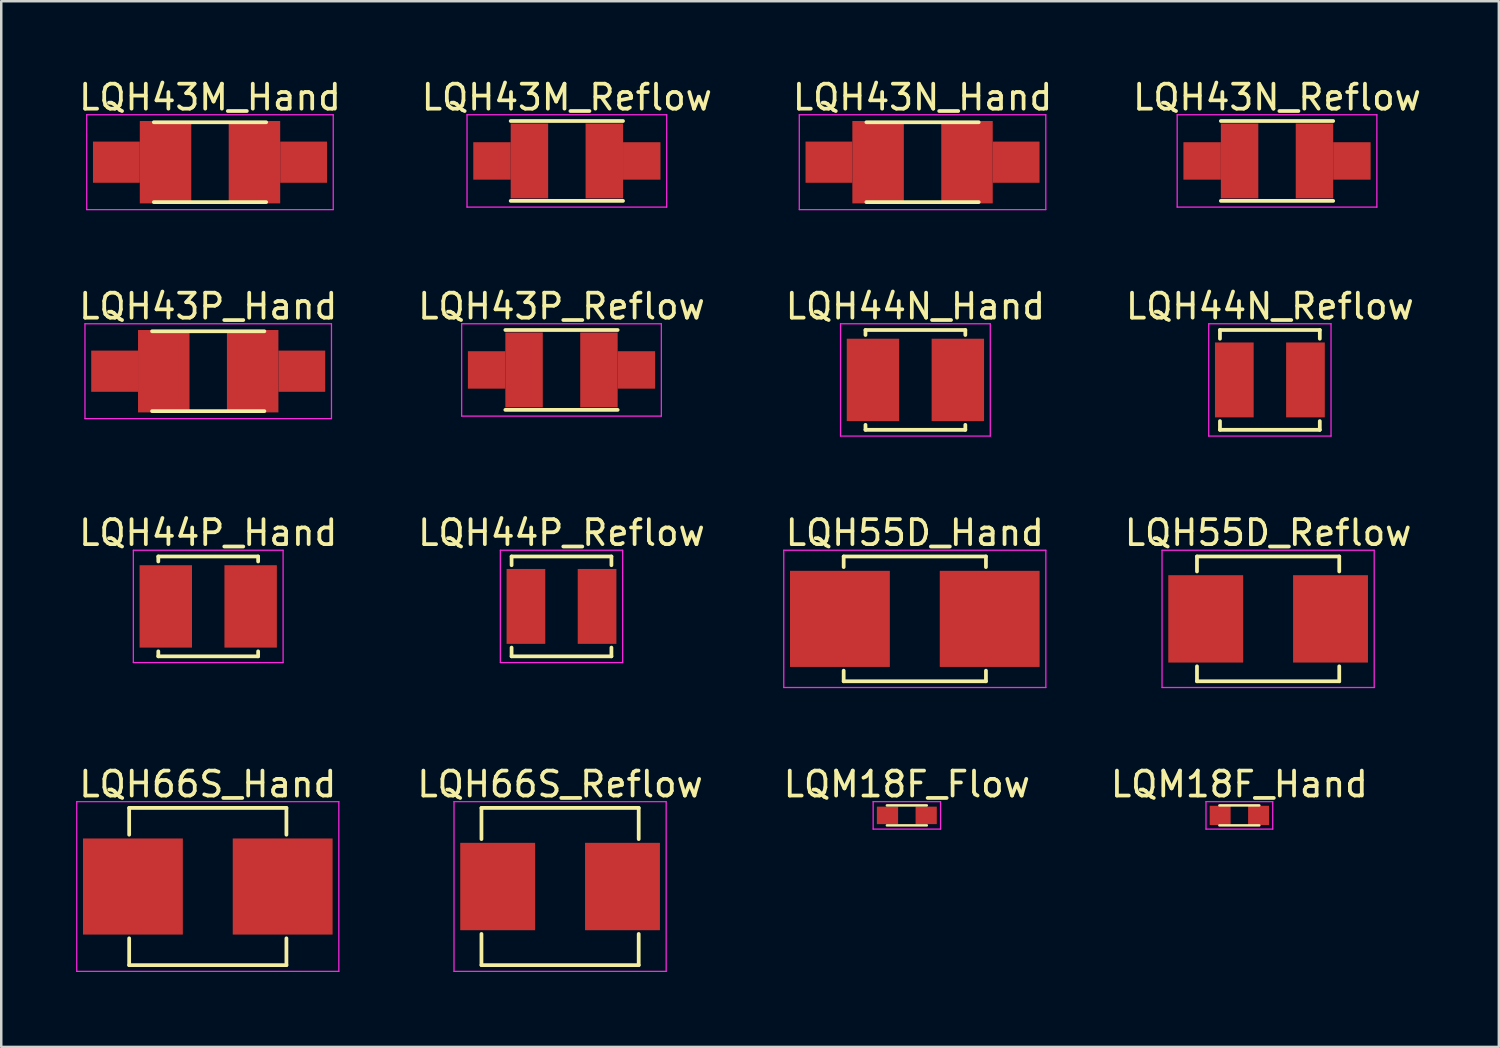
<source format=kicad_pcb>
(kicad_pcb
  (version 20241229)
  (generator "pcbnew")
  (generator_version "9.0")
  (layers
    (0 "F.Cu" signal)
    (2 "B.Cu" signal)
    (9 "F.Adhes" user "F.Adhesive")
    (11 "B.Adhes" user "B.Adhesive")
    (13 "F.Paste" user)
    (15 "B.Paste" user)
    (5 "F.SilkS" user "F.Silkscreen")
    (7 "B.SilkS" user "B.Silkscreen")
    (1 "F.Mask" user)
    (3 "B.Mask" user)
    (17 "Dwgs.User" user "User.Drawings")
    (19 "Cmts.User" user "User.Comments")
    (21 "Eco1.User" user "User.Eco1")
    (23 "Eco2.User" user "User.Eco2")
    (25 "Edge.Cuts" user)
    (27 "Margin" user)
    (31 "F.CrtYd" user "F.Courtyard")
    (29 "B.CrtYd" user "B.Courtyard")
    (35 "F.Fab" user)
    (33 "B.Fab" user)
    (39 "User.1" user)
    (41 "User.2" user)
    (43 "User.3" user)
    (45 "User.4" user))
  (footprint "LQH43N_Reflow"
    (layer "F.Cu")
    (at 48.113 3.398)
    (property "Reference" "LQH43N_Reflow" (at 0 -2.55 0) (layer "F.SilkS") (effects (font (size 1 1) (thickness 0.15))))
    (attr smd)
    (fp_line (start -2.25 -1.6) (end 2.25 -1.6) (stroke (width 0.15) (type solid)) (layer "F.SilkS"))
    (fp_line (start -2.25 1.6) (end 2.25 1.6) (stroke (width 0.15) (type solid)) (layer "F.SilkS"))
    (fp_line (start -4 -1.85) (end -4 1.85) (stroke (width 0.05) (type solid)) (layer "F.CrtYd"))
    (fp_line (start -4 -1.85) (end 4 -1.85) (stroke (width 0.05) (type solid)) (layer "F.CrtYd"))
    (fp_line (start -4 1.85) (end 4 1.85) (stroke (width 0.05) (type solid)) (layer "F.CrtYd"))
    (fp_line (start 4 -1.85) (end 4 1.85) (stroke (width 0.05) (type solid)) (layer "F.CrtYd"))
    (pad "1" smd rect (at -3 0) (size 1.5 1.5) (layers "F.Cu" "F.Mask" "F.Paste"))
    (pad "1" smd rect (at -1.5 0) (size 1.5 3) (layers "F.Cu" "F.Mask" "F.Paste"))
    (pad "2" smd rect (at 1.5 0) (size 1.5 3) (layers "F.Cu" "F.Mask" "F.Paste"))
    (pad "2" smd rect (at 3 0) (size 1.5 1.5) (layers "F.Cu" "F.Mask" "F.Paste")))
  (footprint "LQH44N_Reflow"
    (layer "F.Cu")
    (at 47.827 12.171)
    (property "Reference" "LQH44N_Reflow" (at 0 -2.95 0) (layer "F.SilkS") (effects (font (size 1 1) (thickness 0.15))))
    (attr smd)
    (fp_line (start -2 -2) (end -2 -1.65) (stroke (width 0.15) (type solid)) (layer "F.SilkS"))
    (fp_line (start -2 -2) (end 2 -2) (stroke (width 0.15) (type solid)) (layer "F.SilkS"))
    (fp_line (start -2 1.65) (end -2 2) (stroke (width 0.15) (type solid)) (layer "F.SilkS"))
    (fp_line (start -2 2) (end 2 2) (stroke (width 0.15) (type solid)) (layer "F.SilkS"))
    (fp_line (start 2 -2) (end 2 -1.65) (stroke (width 0.15) (type solid)) (layer "F.SilkS"))
    (fp_line (start 2 1.65) (end 2 2) (stroke (width 0.15) (type solid)) (layer "F.SilkS"))
    (fp_line (start -2.45 -2.25) (end -2.45 2.25) (stroke (width 0.05) (type solid)) (layer "F.CrtYd"))
    (fp_line (start -2.45 -2.25) (end 2.45 -2.25) (stroke (width 0.05) (type solid)) (layer "F.CrtYd"))
    (fp_line (start -2.45 2.25) (end 2.45 2.25) (stroke (width 0.05) (type solid)) (layer "F.CrtYd"))
    (fp_line (start 2.45 -2.25) (end 2.45 2.25) (stroke (width 0.05) (type solid)) (layer "F.CrtYd"))
    (pad "1" smd rect (at -1.425 0) (size 1.55 3) (layers "F.Cu" "F.Mask" "F.Paste"))
    (pad "2" smd rect (at 1.425 0) (size 1.55 3) (layers "F.Cu" "F.Mask" "F.Paste")))
  (footprint "LQH43N_Hand"
    (layer "F.Cu")
    (at 33.911 3.448)
    (property "Reference" "LQH43N_Hand" (at 0 -2.6 0) (layer "F.SilkS") (effects (font (size 1 1) (thickness 0.15))))
    (attr smd)
    (fp_line (start -2.25 -1.6) (end 2.25 -1.6) (stroke (width 0.15) (type solid)) (layer "F.SilkS"))
    (fp_line (start -2.25 1.6) (end 2.25 1.6) (stroke (width 0.15) (type solid)) (layer "F.SilkS"))
    (fp_line (start -4.938 -1.9) (end -4.938 1.9) (stroke (width 0.05) (type solid)) (layer "F.CrtYd"))
    (fp_line (start -4.938 -1.9) (end 4.938 -1.9) (stroke (width 0.05) (type solid)) (layer "F.CrtYd"))
    (fp_line (start -4.938 1.9) (end 4.938 1.9) (stroke (width 0.05) (type solid)) (layer "F.CrtYd"))
    (fp_line (start 4.938 -1.9) (end 4.938 1.9) (stroke (width 0.05) (type solid)) (layer "F.CrtYd"))
    (pad "1" smd rect (at -3.75 0) (size 1.875 1.65) (layers "F.Cu" "F.Mask" "F.Paste"))
    (pad "1" smd rect (at -1.781 0) (size 2.062 3.3) (layers "F.Cu" "F.Mask" "F.Paste"))
    (pad "2" smd rect (at 1.781 0) (size 2.062 3.3) (layers "F.Cu" "F.Mask" "F.Paste"))
    (pad "2" smd rect (at 3.75 0) (size 1.875 1.65) (layers "F.Cu" "F.Mask" "F.Paste")))
  (footprint "LQM18F_Hand"
    (layer "F.Cu")
    (at 46.604 29.618)
    (property "Reference" "LQM18F_Hand" (at 0 -1.25 0) (layer "F.SilkS") (effects (font (size 1 1) (thickness 0.15))))
    (attr smd)
    (fp_line (start -0.8 -0.4) (end 0.8 -0.4) (stroke (width 0.1) (type solid)) (layer "F.SilkS"))
    (fp_line (start -0.8 0.4) (end 0.8 0.4) (stroke (width 0.1) (type solid)) (layer "F.SilkS"))
    (fp_line (start -1.337 -0.55) (end -1.337 0.55) (stroke (width 0.05) (type solid)) (layer "F.CrtYd"))
    (fp_line (start -1.337 -0.55) (end 1.337 -0.55) (stroke (width 0.05) (type solid)) (layer "F.CrtYd"))
    (fp_line (start -1.337 0.55) (end 1.337 0.55) (stroke (width 0.05) (type solid)) (layer "F.CrtYd"))
    (fp_line (start 1.337 -0.55) (end 1.337 0.55) (stroke (width 0.05) (type solid)) (layer "F.CrtYd"))
    (pad "1" smd rect (at -0.769 0) (size 0.838 0.77) (layers "F.Cu" "F.Mask" "F.Paste"))
    (pad "2" smd rect (at 0.769 0) (size 0.838 0.77) (layers "F.Cu" "F.Mask" "F.Paste")))
  (footprint "LQH66S_Reflow"
    (layer "F.Cu")
    (at 19.389 32.468)
    (property "Reference" "LQH66S_Reflow" (at 0 -4.1 0) (layer "F.SilkS") (effects (font (size 1 1) (thickness 0.15))))
    (attr smd)
    (fp_line (start -3.15 -3.15) (end -3.15 -1.9) (stroke (width 0.15) (type solid)) (layer "F.SilkS"))
    (fp_line (start -3.15 -3.15) (end 3.15 -3.15) (stroke (width 0.15) (type solid)) (layer "F.SilkS"))
    (fp_line (start -3.15 1.9) (end -3.15 3.15) (stroke (width 0.15) (type solid)) (layer "F.SilkS"))
    (fp_line (start -3.15 3.15) (end 3.15 3.15) (stroke (width 0.15) (type solid)) (layer "F.SilkS"))
    (fp_line (start 3.15 -3.15) (end 3.15 -1.9) (stroke (width 0.15) (type solid)) (layer "F.SilkS"))
    (fp_line (start 3.15 1.9) (end 3.15 3.15) (stroke (width 0.15) (type solid)) (layer "F.SilkS"))
    (fp_line (start -4.25 -3.4) (end -4.25 3.4) (stroke (width 0.05) (type solid)) (layer "F.CrtYd"))
    (fp_line (start -4.25 -3.4) (end 4.25 -3.4) (stroke (width 0.05) (type solid)) (layer "F.CrtYd"))
    (fp_line (start -4.25 3.4) (end 4.25 3.4) (stroke (width 0.05) (type solid)) (layer "F.CrtYd"))
    (fp_line (start 4.25 -3.4) (end 4.25 3.4) (stroke (width 0.05) (type solid)) (layer "F.CrtYd"))
    (pad "1" smd rect (at -2.5 0) (size 3 3.5) (layers "F.Cu" "F.Mask" "F.Paste"))
    (pad "2" smd rect (at 2.5 0) (size 3 3.5) (layers "F.Cu" "F.Mask" "F.Paste")))
  (footprint "LQH44P_Reflow"
    (layer "F.Cu")
    (at 19.446 21.245)
    (property "Reference" "LQH44P_Reflow" (at 0 -2.95 0) (layer "F.SilkS") (effects (font (size 1 1) (thickness 0.15))))
    (attr smd)
    (fp_line (start -2 -2) (end -2 -1.65) (stroke (width 0.15) (type solid)) (layer "F.SilkS"))
    (fp_line (start -2 -2) (end 2 -2) (stroke (width 0.15) (type solid)) (layer "F.SilkS"))
    (fp_line (start -2 1.65) (end -2 2) (stroke (width 0.15) (type solid)) (layer "F.SilkS"))
    (fp_line (start -2 2) (end 2 2) (stroke (width 0.15) (type solid)) (layer "F.SilkS"))
    (fp_line (start 2 -2) (end 2 -1.65) (stroke (width 0.15) (type solid)) (layer "F.SilkS"))
    (fp_line (start 2 1.65) (end 2 2) (stroke (width 0.15) (type solid)) (layer "F.SilkS"))
    (fp_line (start -2.45 -2.25) (end -2.45 2.25) (stroke (width 0.05) (type solid)) (layer "F.CrtYd"))
    (fp_line (start -2.45 -2.25) (end 2.45 -2.25) (stroke (width 0.05) (type solid)) (layer "F.CrtYd"))
    (fp_line (start -2.45 2.25) (end 2.45 2.25) (stroke (width 0.05) (type solid)) (layer "F.CrtYd"))
    (fp_line (start 2.45 -2.25) (end 2.45 2.25) (stroke (width 0.05) (type solid)) (layer "F.CrtYd"))
    (pad "1" smd rect (at -1.425 0) (size 1.55 3) (layers "F.Cu" "F.Mask" "F.Paste"))
    (pad "2" smd rect (at 1.425 0) (size 1.55 3) (layers "F.Cu" "F.Mask" "F.Paste")))
  (footprint "LQH43P_Reflow"
    (layer "F.Cu")
    (at 19.446 11.771)
    (property "Reference" "LQH43P_Reflow" (at 0 -2.55 0) (layer "F.SilkS") (effects (font (size 1 1) (thickness 0.15))))
    (attr smd)
    (fp_line (start -2.25 -1.6) (end 2.25 -1.6) (stroke (width 0.15) (type solid)) (layer "F.SilkS"))
    (fp_line (start -2.25 1.6) (end 2.25 1.6) (stroke (width 0.15) (type solid)) (layer "F.SilkS"))
    (fp_line (start -4 -1.85) (end -4 1.85) (stroke (width 0.05) (type solid)) (layer "F.CrtYd"))
    (fp_line (start -4 -1.85) (end 4 -1.85) (stroke (width 0.05) (type solid)) (layer "F.CrtYd"))
    (fp_line (start -4 1.85) (end 4 1.85) (stroke (width 0.05) (type solid)) (layer "F.CrtYd"))
    (fp_line (start 4 -1.85) (end 4 1.85) (stroke (width 0.05) (type solid)) (layer "F.CrtYd"))
    (pad "1" smd rect (at -3 0) (size 1.5 1.5) (layers "F.Cu" "F.Mask" "F.Paste"))
    (pad "1" smd rect (at -1.5 0) (size 1.5 3) (layers "F.Cu" "F.Mask" "F.Paste"))
    (pad "2" smd rect (at 1.5 0) (size 1.5 3) (layers "F.Cu" "F.Mask" "F.Paste"))
    (pad "2" smd rect (at 3 0) (size 1.5 1.5) (layers "F.Cu" "F.Mask" "F.Paste")))
  (footprint "LQH43M_Reflow"
    (layer "F.Cu")
    (at 19.661 3.398)
    (property "Reference" "LQH43M_Reflow" (at 0 -2.55 0) (layer "F.SilkS") (effects (font (size 1 1) (thickness 0.15))))
    (attr smd)
    (fp_line (start -2.25 -1.6) (end 2.25 -1.6) (stroke (width 0.15) (type solid)) (layer "F.SilkS"))
    (fp_line (start -2.25 1.6) (end 2.25 1.6) (stroke (width 0.15) (type solid)) (layer "F.SilkS"))
    (fp_line (start -4 -1.85) (end -4 1.85) (stroke (width 0.05) (type solid)) (layer "F.CrtYd"))
    (fp_line (start -4 -1.85) (end 4 -1.85) (stroke (width 0.05) (type solid)) (layer "F.CrtYd"))
    (fp_line (start -4 1.85) (end 4 1.85) (stroke (width 0.05) (type solid)) (layer "F.CrtYd"))
    (fp_line (start 4 -1.85) (end 4 1.85) (stroke (width 0.05) (type solid)) (layer "F.CrtYd"))
    (pad "1" smd rect (at -3 0) (size 1.5 1.5) (layers "F.Cu" "F.Mask" "F.Paste"))
    (pad "1" smd rect (at -1.5 0) (size 1.5 3) (layers "F.Cu" "F.Mask" "F.Paste"))
    (pad "2" smd rect (at 1.5 0) (size 1.5 3) (layers "F.Cu" "F.Mask" "F.Paste"))
    (pad "2" smd rect (at 3 0) (size 1.5 1.5) (layers "F.Cu" "F.Mask" "F.Paste")))
  (footprint "LQH44N_Hand"
    (layer "F.Cu")
    (at 33.625 12.171)
    (property "Reference" "LQH44N_Hand" (at 0 -2.95 0) (layer "F.SilkS") (effects (font (size 1 1) (thickness 0.15))))
    (attr smd)
    (fp_line (start -2 -2) (end -2 -1.8) (stroke (width 0.15) (type solid)) (layer "F.SilkS"))
    (fp_line (start -2 -2) (end 2 -2) (stroke (width 0.15) (type solid)) (layer "F.SilkS"))
    (fp_line (start -2 1.8) (end -2 2) (stroke (width 0.15) (type solid)) (layer "F.SilkS"))
    (fp_line (start -2 2) (end 2 2) (stroke (width 0.15) (type solid)) (layer "F.SilkS"))
    (fp_line (start 2 -2) (end 2 -1.8) (stroke (width 0.15) (type solid)) (layer "F.SilkS"))
    (fp_line (start 2 1.8) (end 2 2) (stroke (width 0.15) (type solid)) (layer "F.SilkS"))
    (fp_line (start -3 -2.25) (end -3 2.25) (stroke (width 0.05) (type solid)) (layer "F.CrtYd"))
    (fp_line (start -3 -2.25) (end 3 -2.25) (stroke (width 0.05) (type solid)) (layer "F.CrtYd"))
    (fp_line (start -3 2.25) (end 3 2.25) (stroke (width 0.05) (type solid)) (layer "F.CrtYd"))
    (fp_line (start 3 -2.25) (end 3 2.25) (stroke (width 0.05) (type solid)) (layer "F.CrtYd"))
    (pad "1" smd rect (at -1.7 0) (size 2.1 3.3) (layers "F.Cu" "F.Mask" "F.Paste"))
    (pad "2" smd rect (at 1.7 0) (size 2.1 3.3) (layers "F.Cu" "F.Mask" "F.Paste")))
  (footprint "LQH66S_Hand"
    (layer "F.Cu")
    (at 5.275 32.468)
    (property "Reference" "LQH66S_Hand" (at 0 -4.1 0) (layer "F.SilkS") (effects (font (size 1 1) (thickness 0.15))))
    (attr smd)
    (fp_line (start -3.15 -3.15) (end -3.15 -2.075) (stroke (width 0.15) (type solid)) (layer "F.SilkS"))
    (fp_line (start -3.15 -3.15) (end 3.15 -3.15) (stroke (width 0.15) (type solid)) (layer "F.SilkS"))
    (fp_line (start -3.15 2.075) (end -3.15 3.15) (stroke (width 0.15) (type solid)) (layer "F.SilkS"))
    (fp_line (start -3.15 3.15) (end 3.15 3.15) (stroke (width 0.15) (type solid)) (layer "F.SilkS"))
    (fp_line (start 3.15 -3.15) (end 3.15 -2.075) (stroke (width 0.15) (type solid)) (layer "F.SilkS"))
    (fp_line (start 3.15 2.075) (end 3.15 3.15) (stroke (width 0.15) (type solid)) (layer "F.SilkS"))
    (fp_line (start -5.25 -3.4) (end -5.25 3.4) (stroke (width 0.05) (type solid)) (layer "F.CrtYd"))
    (fp_line (start -5.25 -3.4) (end 5.25 -3.4) (stroke (width 0.05) (type solid)) (layer "F.CrtYd"))
    (fp_line (start -5.25 3.4) (end 5.25 3.4) (stroke (width 0.05) (type solid)) (layer "F.CrtYd"))
    (fp_line (start 5.25 -3.4) (end 5.25 3.4) (stroke (width 0.05) (type solid)) (layer "F.CrtYd"))
    (pad "1" smd rect (at -3 0) (size 4 3.85) (layers "F.Cu" "F.Mask" "F.Paste"))
    (pad "2" smd rect (at 3 0) (size 4 3.85) (layers "F.Cu" "F.Mask" "F.Paste")))
  (footprint "LQH55D_Reflow"
    (layer "F.Cu")
    (at 47.756 21.745)
    (property "Reference" "LQH55D_Reflow" (at 0 -3.45 0) (layer "F.SilkS") (effects (font (size 1 1) (thickness 0.15))))
    (attr smd)
    (fp_line (start -2.85 -2.5) (end -2.85 -1.9) (stroke (width 0.15) (type solid)) (layer "F.SilkS"))
    (fp_line (start -2.85 -2.5) (end 2.85 -2.5) (stroke (width 0.15) (type solid)) (layer "F.SilkS"))
    (fp_line (start -2.85 1.9) (end -2.85 2.5) (stroke (width 0.15) (type solid)) (layer "F.SilkS"))
    (fp_line (start -2.85 2.5) (end 2.85 2.5) (stroke (width 0.15) (type solid)) (layer "F.SilkS"))
    (fp_line (start 2.85 -2.5) (end 2.85 -1.9) (stroke (width 0.15) (type solid)) (layer "F.SilkS"))
    (fp_line (start 2.85 1.9) (end 2.85 2.5) (stroke (width 0.15) (type solid)) (layer "F.SilkS"))
    (fp_line (start -4.25 -2.75) (end -4.25 2.75) (stroke (width 0.05) (type solid)) (layer "F.CrtYd"))
    (fp_line (start -4.25 -2.75) (end 4.25 -2.75) (stroke (width 0.05) (type solid)) (layer "F.CrtYd"))
    (fp_line (start -4.25 2.75) (end 4.25 2.75) (stroke (width 0.05) (type solid)) (layer "F.CrtYd"))
    (fp_line (start 4.25 -2.75) (end 4.25 2.75) (stroke (width 0.05) (type solid)) (layer "F.CrtYd"))
    (pad "1" smd rect (at -2.5 0) (size 3 3.5) (layers "F.Cu" "F.Mask" "F.Paste"))
    (pad "2" smd rect (at 2.5 0) (size 3 3.5) (layers "F.Cu" "F.Mask" "F.Paste")))
  (footprint "LQH43M_Hand"
    (layer "F.Cu")
    (at 5.363 3.448)
    (property "Reference" "LQH43M_Hand" (at 0 -2.6 0) (layer "F.SilkS") (effects (font (size 1 1) (thickness 0.15))))
    (attr smd)
    (fp_line (start -2.25 -1.6) (end 2.25 -1.6) (stroke (width 0.15) (type solid)) (layer "F.SilkS"))
    (fp_line (start -2.25 1.6) (end 2.25 1.6) (stroke (width 0.15) (type solid)) (layer "F.SilkS"))
    (fp_line (start -4.938 -1.9) (end -4.938 1.9) (stroke (width 0.05) (type solid)) (layer "F.CrtYd"))
    (fp_line (start -4.938 -1.9) (end 4.938 -1.9) (stroke (width 0.05) (type solid)) (layer "F.CrtYd"))
    (fp_line (start -4.938 1.9) (end 4.938 1.9) (stroke (width 0.05) (type solid)) (layer "F.CrtYd"))
    (fp_line (start 4.938 -1.9) (end 4.938 1.9) (stroke (width 0.05) (type solid)) (layer "F.CrtYd"))
    (pad "1" smd rect (at -3.75 0) (size 1.875 1.65) (layers "F.Cu" "F.Mask" "F.Paste"))
    (pad "1" smd rect (at -1.781 0) (size 2.062 3.3) (layers "F.Cu" "F.Mask" "F.Paste"))
    (pad "2" smd rect (at 1.781 0) (size 2.062 3.3) (layers "F.Cu" "F.Mask" "F.Paste"))
    (pad "2" smd rect (at 3.75 0) (size 1.875 1.65) (layers "F.Cu" "F.Mask" "F.Paste")))
  (footprint "LQH44P_Hand"
    (layer "F.Cu")
    (at 5.292 21.245)
    (property "Reference" "LQH44P_Hand" (at 0 -2.95 0) (layer "F.SilkS") (effects (font (size 1 1) (thickness 0.15))))
    (attr smd)
    (fp_line (start -2 -2) (end -2 -1.8) (stroke (width 0.15) (type solid)) (layer "F.SilkS"))
    (fp_line (start -2 -2) (end 2 -2) (stroke (width 0.15) (type solid)) (layer "F.SilkS"))
    (fp_line (start -2 1.8) (end -2 2) (stroke (width 0.15) (type solid)) (layer "F.SilkS"))
    (fp_line (start -2 2) (end 2 2) (stroke (width 0.15) (type solid)) (layer "F.SilkS"))
    (fp_line (start 2 -2) (end 2 -1.8) (stroke (width 0.15) (type solid)) (layer "F.SilkS"))
    (fp_line (start 2 1.8) (end 2 2) (stroke (width 0.15) (type solid)) (layer "F.SilkS"))
    (fp_line (start -3 -2.25) (end -3 2.25) (stroke (width 0.05) (type solid)) (layer "F.CrtYd"))
    (fp_line (start -3 -2.25) (end 3 -2.25) (stroke (width 0.05) (type solid)) (layer "F.CrtYd"))
    (fp_line (start -3 2.25) (end 3 2.25) (stroke (width 0.05) (type solid)) (layer "F.CrtYd"))
    (fp_line (start 3 -2.25) (end 3 2.25) (stroke (width 0.05) (type solid)) (layer "F.CrtYd"))
    (pad "1" smd rect (at -1.7 0) (size 2.1 3.3) (layers "F.Cu" "F.Mask" "F.Paste"))
    (pad "2" smd rect (at 1.7 0) (size 2.1 3.3) (layers "F.Cu" "F.Mask" "F.Paste")))
  (footprint "LQH43P_Hand"
    (layer "F.Cu")
    (at 5.292 11.822)
    (property "Reference" "LQH43P_Hand" (at 0 -2.6 0) (layer "F.SilkS") (effects (font (size 1 1) (thickness 0.15))))
    (attr smd)
    (fp_line (start -2.25 -1.6) (end 2.25 -1.6) (stroke (width 0.15) (type solid)) (layer "F.SilkS"))
    (fp_line (start -2.25 1.6) (end 2.25 1.6) (stroke (width 0.15) (type solid)) (layer "F.SilkS"))
    (fp_line (start -4.938 -1.9) (end -4.938 1.9) (stroke (width 0.05) (type solid)) (layer "F.CrtYd"))
    (fp_line (start -4.938 -1.9) (end 4.938 -1.9) (stroke (width 0.05) (type solid)) (layer "F.CrtYd"))
    (fp_line (start -4.938 1.9) (end 4.938 1.9) (stroke (width 0.05) (type solid)) (layer "F.CrtYd"))
    (fp_line (start 4.938 -1.9) (end 4.938 1.9) (stroke (width 0.05) (type solid)) (layer "F.CrtYd"))
    (pad "1" smd rect (at -3.75 0) (size 1.875 1.65) (layers "F.Cu" "F.Mask" "F.Paste"))
    (pad "1" smd rect (at -1.781 0) (size 2.062 3.3) (layers "F.Cu" "F.Mask" "F.Paste"))
    (pad "2" smd rect (at 1.781 0) (size 2.062 3.3) (layers "F.Cu" "F.Mask" "F.Paste"))
    (pad "2" smd rect (at 3.75 0) (size 1.875 1.65) (layers "F.Cu" "F.Mask" "F.Paste")))
  (footprint "LQM18F_Flow"
    (layer "F.Cu")
    (at 33.282 29.618)
    (property "Reference" "LQM18F_Flow" (at 0 -1.25 0) (layer "F.SilkS") (effects (font (size 1 1) (thickness 0.15))))
    (attr smd)
    (fp_line (start -0.8 -0.4) (end 0.8 -0.4) (stroke (width 0.1) (type solid)) (layer "F.SilkS"))
    (fp_line (start -0.8 0.4) (end 0.8 0.4) (stroke (width 0.1) (type solid)) (layer "F.SilkS"))
    (fp_line (start -1.35 -0.55) (end -1.35 0.55) (stroke (width 0.05) (type solid)) (layer "F.CrtYd"))
    (fp_line (start -1.35 -0.55) (end 1.35 -0.55) (stroke (width 0.05) (type solid)) (layer "F.CrtYd"))
    (fp_line (start -1.35 0.55) (end 1.35 0.55) (stroke (width 0.05) (type solid)) (layer "F.CrtYd"))
    (fp_line (start 1.35 -0.55) (end 1.35 0.55) (stroke (width 0.05) (type solid)) (layer "F.CrtYd"))
    (pad "1" smd rect (at -0.775 0) (size 0.85 0.7) (layers "F.Cu" "F.Mask" "F.Paste"))
    (pad "2" smd rect (at 0.775 0) (size 0.85 0.7) (layers "F.Cu" "F.Mask" "F.Paste")))
  (footprint "LQH55D_Hand"
    (layer "F.Cu")
    (at 33.601 21.745)
    (property "Reference" "LQH55D_Hand" (at 0 -3.45 0) (layer "F.SilkS") (effects (font (size 1 1) (thickness 0.15))))
    (attr smd)
    (fp_line (start -2.85 -2.5) (end -2.85 -2.075) (stroke (width 0.15) (type solid)) (layer "F.SilkS"))
    (fp_line (start -2.85 -2.5) (end 2.85 -2.5) (stroke (width 0.15) (type solid)) (layer "F.SilkS"))
    (fp_line (start -2.85 2.075) (end -2.85 2.5) (stroke (width 0.15) (type solid)) (layer "F.SilkS"))
    (fp_line (start -2.85 2.5) (end 2.85 2.5) (stroke (width 0.15) (type solid)) (layer "F.SilkS"))
    (fp_line (start 2.85 -2.5) (end 2.85 -2.075) (stroke (width 0.15) (type solid)) (layer "F.SilkS"))
    (fp_line (start 2.85 2.075) (end 2.85 2.5) (stroke (width 0.15) (type solid)) (layer "F.SilkS"))
    (fp_line (start -5.25 -2.75) (end -5.25 2.75) (stroke (width 0.05) (type solid)) (layer "F.CrtYd"))
    (fp_line (start -5.25 -2.75) (end 5.25 -2.75) (stroke (width 0.05) (type solid)) (layer "F.CrtYd"))
    (fp_line (start -5.25 2.75) (end 5.25 2.75) (stroke (width 0.05) (type solid)) (layer "F.CrtYd"))
    (fp_line (start 5.25 -2.75) (end 5.25 2.75) (stroke (width 0.05) (type solid)) (layer "F.CrtYd"))
    (pad "1" smd rect (at -3 0) (size 4 3.85) (layers "F.Cu" "F.Mask" "F.Paste"))
    (pad "2" smd rect (at 3 0) (size 4 3.85) (layers "F.Cu" "F.Mask" "F.Paste")))
  (gr_rect
    (start -3 -3)
    (end 57 38.893)
    (stroke (width 0.1) (type default))
    (fill no)
    (layer "Edge.Cuts")))
</source>
